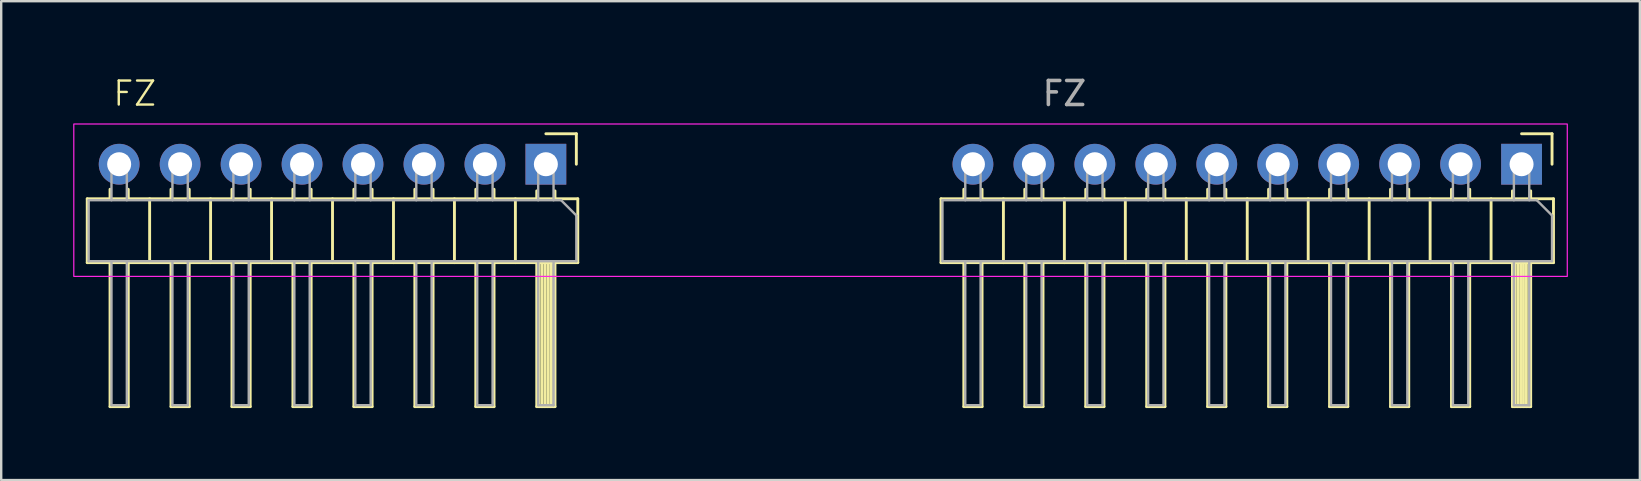
<source format=kicad_pcb>
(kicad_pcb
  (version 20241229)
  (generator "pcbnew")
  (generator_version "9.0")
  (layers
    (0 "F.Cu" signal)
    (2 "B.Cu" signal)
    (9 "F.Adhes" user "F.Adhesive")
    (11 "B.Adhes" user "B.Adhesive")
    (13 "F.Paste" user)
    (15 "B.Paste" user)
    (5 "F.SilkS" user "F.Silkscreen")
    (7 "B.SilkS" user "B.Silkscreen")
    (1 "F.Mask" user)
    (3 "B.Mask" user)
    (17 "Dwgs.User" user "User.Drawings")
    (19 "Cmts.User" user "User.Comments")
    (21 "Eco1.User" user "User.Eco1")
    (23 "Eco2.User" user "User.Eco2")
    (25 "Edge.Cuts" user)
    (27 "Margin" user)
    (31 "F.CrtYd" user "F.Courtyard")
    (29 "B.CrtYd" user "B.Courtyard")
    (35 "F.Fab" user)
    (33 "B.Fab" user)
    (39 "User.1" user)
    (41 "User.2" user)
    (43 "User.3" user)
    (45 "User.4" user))
  (footprint "FZ"
    (layer "F.Cu")
    (at 28.6 6.563)
    (property "Reference" "FZ" (at -26.035 -5.715 0) (unlocked yes) (layer "F.SilkS") (effects (font (size 1 1) (thickness 0.1))))
    (attr through_hole)
    (fp_line (start -28.015 -1.33) (end -28.015 1.33) (stroke (width 0.12) (type solid)) (layer "F.SilkS"))
    (fp_line (start -28.015 1.33) (end -7.575 1.33) (stroke (width 0.12) (type solid)) (layer "F.SilkS"))
    (fp_line (start -27.065 -1.727) (end -27.065 -1.33) (stroke (width 0.12) (type solid)) (layer "F.SilkS"))
    (fp_line (start -27.065 7.33) (end -27.065 1.33) (stroke (width 0.12) (type solid)) (layer "F.SilkS"))
    (fp_line (start -26.305 -1.727) (end -26.305 -1.33) (stroke (width 0.12) (type solid)) (layer "F.SilkS"))
    (fp_line (start -26.305 1.33) (end -26.305 7.33) (stroke (width 0.12) (type solid)) (layer "F.SilkS"))
    (fp_line (start -26.305 7.33) (end -27.065 7.33) (stroke (width 0.12) (type solid)) (layer "F.SilkS"))
    (fp_line (start -25.415 -1.33) (end -25.415 1.33) (stroke (width 0.12) (type solid)) (layer "F.SilkS"))
    (fp_line (start -24.525 -1.727) (end -24.525 -1.33) (stroke (width 0.12) (type solid)) (layer "F.SilkS"))
    (fp_line (start -24.525 7.33) (end -24.525 1.33) (stroke (width 0.12) (type solid)) (layer "F.SilkS"))
    (fp_line (start -23.765 -1.727) (end -23.765 -1.33) (stroke (width 0.12) (type solid)) (layer "F.SilkS"))
    (fp_line (start -23.765 1.33) (end -23.765 7.33) (stroke (width 0.12) (type solid)) (layer "F.SilkS"))
    (fp_line (start -23.765 7.33) (end -24.525 7.33) (stroke (width 0.12) (type solid)) (layer "F.SilkS"))
    (fp_line (start -22.875 -1.33) (end -22.875 1.33) (stroke (width 0.12) (type solid)) (layer "F.SilkS"))
    (fp_line (start -21.985 -1.727) (end -21.985 -1.33) (stroke (width 0.12) (type solid)) (layer "F.SilkS"))
    (fp_line (start -21.985 7.33) (end -21.985 1.33) (stroke (width 0.12) (type solid)) (layer "F.SilkS"))
    (fp_line (start -21.225 -1.727) (end -21.225 -1.33) (stroke (width 0.12) (type solid)) (layer "F.SilkS"))
    (fp_line (start -21.225 1.33) (end -21.225 7.33) (stroke (width 0.12) (type solid)) (layer "F.SilkS"))
    (fp_line (start -21.225 7.33) (end -21.985 7.33) (stroke (width 0.12) (type solid)) (layer "F.SilkS"))
    (fp_line (start -20.335 -1.33) (end -20.335 1.33) (stroke (width 0.12) (type solid)) (layer "F.SilkS"))
    (fp_line (start -19.445 -1.727) (end -19.445 -1.33) (stroke (width 0.12) (type solid)) (layer "F.SilkS"))
    (fp_line (start -19.445 7.33) (end -19.445 1.33) (stroke (width 0.12) (type solid)) (layer "F.SilkS"))
    (fp_line (start -18.685 -1.727) (end -18.685 -1.33) (stroke (width 0.12) (type solid)) (layer "F.SilkS"))
    (fp_line (start -18.685 1.33) (end -18.685 7.33) (stroke (width 0.12) (type solid)) (layer "F.SilkS"))
    (fp_line (start -18.685 7.33) (end -19.445 7.33) (stroke (width 0.12) (type solid)) (layer "F.SilkS"))
    (fp_line (start -17.795 -1.33) (end -17.795 1.33) (stroke (width 0.12) (type solid)) (layer "F.SilkS"))
    (fp_line (start -16.905 -1.727) (end -16.905 -1.33) (stroke (width 0.12) (type solid)) (layer "F.SilkS"))
    (fp_line (start -16.905 7.33) (end -16.905 1.33) (stroke (width 0.12) (type solid)) (layer "F.SilkS"))
    (fp_line (start -16.145 -1.727) (end -16.145 -1.33) (stroke (width 0.12) (type solid)) (layer "F.SilkS"))
    (fp_line (start -16.145 1.33) (end -16.145 7.33) (stroke (width 0.12) (type solid)) (layer "F.SilkS"))
    (fp_line (start -16.145 7.33) (end -16.905 7.33) (stroke (width 0.12) (type solid)) (layer "F.SilkS"))
    (fp_line (start -15.255 -1.33) (end -15.255 1.33) (stroke (width 0.12) (type solid)) (layer "F.SilkS"))
    (fp_line (start -14.365 -1.727) (end -14.365 -1.33) (stroke (width 0.12) (type solid)) (layer "F.SilkS"))
    (fp_line (start -14.365 7.33) (end -14.365 1.33) (stroke (width 0.12) (type solid)) (layer "F.SilkS"))
    (fp_line (start -13.605 -1.727) (end -13.605 -1.33) (stroke (width 0.12) (type solid)) (layer "F.SilkS"))
    (fp_line (start -13.605 1.33) (end -13.605 7.33) (stroke (width 0.12) (type solid)) (layer "F.SilkS"))
    (fp_line (start -13.605 7.33) (end -14.365 7.33) (stroke (width 0.12) (type solid)) (layer "F.SilkS"))
    (fp_line (start -12.715 -1.33) (end -12.715 1.33) (stroke (width 0.12) (type solid)) (layer "F.SilkS"))
    (fp_line (start -11.825 -1.727) (end -11.825 -1.33) (stroke (width 0.12) (type solid)) (layer "F.SilkS"))
    (fp_line (start -11.825 7.33) (end -11.825 1.33) (stroke (width 0.12) (type solid)) (layer "F.SilkS"))
    (fp_line (start -11.065 -1.727) (end -11.065 -1.33) (stroke (width 0.12) (type solid)) (layer "F.SilkS"))
    (fp_line (start -11.065 1.33) (end -11.065 7.33) (stroke (width 0.12) (type solid)) (layer "F.SilkS"))
    (fp_line (start -11.065 7.33) (end -11.825 7.33) (stroke (width 0.12) (type solid)) (layer "F.SilkS"))
    (fp_line (start -10.175 -1.33) (end -10.175 1.33) (stroke (width 0.12) (type solid)) (layer "F.SilkS"))
    (fp_line (start -9.285 -1.66) (end -9.285 -1.33) (stroke (width 0.12) (type solid)) (layer "F.SilkS"))
    (fp_line (start -9.285 7.33) (end -9.285 1.33) (stroke (width 0.12) (type solid)) (layer "F.SilkS"))
    (fp_line (start -9.185 1.33) (end -9.185 7.33) (stroke (width 0.12) (type solid)) (layer "F.SilkS"))
    (fp_line (start -9.065 1.33) (end -9.065 7.33) (stroke (width 0.12) (type solid)) (layer "F.SilkS"))
    (fp_line (start -8.945 1.33) (end -8.945 7.33) (stroke (width 0.12) (type solid)) (layer "F.SilkS"))
    (fp_line (start -8.905 -4.04) (end -7.635 -4.04) (stroke (width 0.12) (type solid)) (layer "F.SilkS"))
    (fp_line (start -8.825 1.33) (end -8.825 7.33) (stroke (width 0.12) (type solid)) (layer "F.SilkS"))
    (fp_line (start -8.705 1.33) (end -8.705 7.33) (stroke (width 0.12) (type solid)) (layer "F.SilkS"))
    (fp_line (start -8.585 1.33) (end -8.585 7.33) (stroke (width 0.12) (type solid)) (layer "F.SilkS"))
    (fp_line (start -8.525 -1.66) (end -8.525 -1.33) (stroke (width 0.12) (type solid)) (layer "F.SilkS"))
    (fp_line (start -8.525 1.33) (end -8.525 7.33) (stroke (width 0.12) (type solid)) (layer "F.SilkS"))
    (fp_line (start -8.525 7.33) (end -9.285 7.33) (stroke (width 0.12) (type solid)) (layer "F.SilkS"))
    (fp_line (start -7.635 -4.04) (end -7.635 -2.77) (stroke (width 0.12) (type solid)) (layer "F.SilkS"))
    (fp_line (start -7.575 -1.33) (end -28.015 -1.33) (stroke (width 0.12) (type solid)) (layer "F.SilkS"))
    (fp_line (start -7.575 1.33) (end -7.575 -1.33) (stroke (width 0.12) (type solid)) (layer "F.SilkS"))
    (fp_line (start 7.56 -1.33) (end 7.56 1.33) (stroke (width 0.12) (type solid)) (layer "F.SilkS"))
    (fp_line (start 7.56 1.33) (end 33.08 1.33) (stroke (width 0.12) (type solid)) (layer "F.SilkS"))
    (fp_line (start 8.51 -1.727) (end 8.51 -1.33) (stroke (width 0.12) (type solid)) (layer "F.SilkS"))
    (fp_line (start 8.51 7.33) (end 8.51 1.33) (stroke (width 0.12) (type solid)) (layer "F.SilkS"))
    (fp_line (start 9.27 -1.727) (end 9.27 -1.33) (stroke (width 0.12) (type solid)) (layer "F.SilkS"))
    (fp_line (start 9.27 1.33) (end 9.27 7.33) (stroke (width 0.12) (type solid)) (layer "F.SilkS"))
    (fp_line (start 9.27 7.33) (end 8.51 7.33) (stroke (width 0.12) (type solid)) (layer "F.SilkS"))
    (fp_line (start 10.16 -1.33) (end 10.16 1.33) (stroke (width 0.12) (type solid)) (layer "F.SilkS"))
    (fp_line (start 11.05 -1.727) (end 11.05 -1.33) (stroke (width 0.12) (type solid)) (layer "F.SilkS"))
    (fp_line (start 11.05 7.33) (end 11.05 1.33) (stroke (width 0.12) (type solid)) (layer "F.SilkS"))
    (fp_line (start 11.81 -1.727) (end 11.81 -1.33) (stroke (width 0.12) (type solid)) (layer "F.SilkS"))
    (fp_line (start 11.81 1.33) (end 11.81 7.33) (stroke (width 0.12) (type solid)) (layer "F.SilkS"))
    (fp_line (start 11.81 7.33) (end 11.05 7.33) (stroke (width 0.12) (type solid)) (layer "F.SilkS"))
    (fp_line (start 12.7 -1.33) (end 12.7 1.33) (stroke (width 0.12) (type solid)) (layer "F.SilkS"))
    (fp_line (start 13.59 -1.727) (end 13.59 -1.33) (stroke (width 0.12) (type solid)) (layer "F.SilkS"))
    (fp_line (start 13.59 7.33) (end 13.59 1.33) (stroke (width 0.12) (type solid)) (layer "F.SilkS"))
    (fp_line (start 14.35 -1.727) (end 14.35 -1.33) (stroke (width 0.12) (type solid)) (layer "F.SilkS"))
    (fp_line (start 14.35 1.33) (end 14.35 7.33) (stroke (width 0.12) (type solid)) (layer "F.SilkS"))
    (fp_line (start 14.35 7.33) (end 13.59 7.33) (stroke (width 0.12) (type solid)) (layer "F.SilkS"))
    (fp_line (start 15.24 -1.33) (end 15.24 1.33) (stroke (width 0.12) (type solid)) (layer "F.SilkS"))
    (fp_line (start 16.13 -1.727) (end 16.13 -1.33) (stroke (width 0.12) (type solid)) (layer "F.SilkS"))
    (fp_line (start 16.13 7.33) (end 16.13 1.33) (stroke (width 0.12) (type solid)) (layer "F.SilkS"))
    (fp_line (start 16.89 -1.727) (end 16.89 -1.33) (stroke (width 0.12) (type solid)) (layer "F.SilkS"))
    (fp_line (start 16.89 1.33) (end 16.89 7.33) (stroke (width 0.12) (type solid)) (layer "F.SilkS"))
    (fp_line (start 16.89 7.33) (end 16.13 7.33) (stroke (width 0.12) (type solid)) (layer "F.SilkS"))
    (fp_line (start 17.78 -1.33) (end 17.78 1.33) (stroke (width 0.12) (type solid)) (layer "F.SilkS"))
    (fp_line (start 18.67 -1.727) (end 18.67 -1.33) (stroke (width 0.12) (type solid)) (layer "F.SilkS"))
    (fp_line (start 18.67 7.33) (end 18.67 1.33) (stroke (width 0.12) (type solid)) (layer "F.SilkS"))
    (fp_line (start 19.43 -1.727) (end 19.43 -1.33) (stroke (width 0.12) (type solid)) (layer "F.SilkS"))
    (fp_line (start 19.43 1.33) (end 19.43 7.33) (stroke (width 0.12) (type solid)) (layer "F.SilkS"))
    (fp_line (start 19.43 7.33) (end 18.67 7.33) (stroke (width 0.12) (type solid)) (layer "F.SilkS"))
    (fp_line (start 20.32 -1.33) (end 20.32 1.33) (stroke (width 0.12) (type solid)) (layer "F.SilkS"))
    (fp_line (start 21.21 -1.727) (end 21.21 -1.33) (stroke (width 0.12) (type solid)) (layer "F.SilkS"))
    (fp_line (start 21.21 7.33) (end 21.21 1.33) (stroke (width 0.12) (type solid)) (layer "F.SilkS"))
    (fp_line (start 21.97 -1.727) (end 21.97 -1.33) (stroke (width 0.12) (type solid)) (layer "F.SilkS"))
    (fp_line (start 21.97 1.33) (end 21.97 7.33) (stroke (width 0.12) (type solid)) (layer "F.SilkS"))
    (fp_line (start 21.97 7.33) (end 21.21 7.33) (stroke (width 0.12) (type solid)) (layer "F.SilkS"))
    (fp_line (start 22.86 -1.33) (end 22.86 1.33) (stroke (width 0.12) (type solid)) (layer "F.SilkS"))
    (fp_line (start 23.75 -1.727) (end 23.75 -1.33) (stroke (width 0.12) (type solid)) (layer "F.SilkS"))
    (fp_line (start 23.75 7.33) (end 23.75 1.33) (stroke (width 0.12) (type solid)) (layer "F.SilkS"))
    (fp_line (start 24.51 -1.727) (end 24.51 -1.33) (stroke (width 0.12) (type solid)) (layer "F.SilkS"))
    (fp_line (start 24.51 1.33) (end 24.51 7.33) (stroke (width 0.12) (type solid)) (layer "F.SilkS"))
    (fp_line (start 24.51 7.33) (end 23.75 7.33) (stroke (width 0.12) (type solid)) (layer "F.SilkS"))
    (fp_line (start 25.4 -1.33) (end 25.4 1.33) (stroke (width 0.12) (type solid)) (layer "F.SilkS"))
    (fp_line (start 26.29 -1.727) (end 26.29 -1.33) (stroke (width 0.12) (type solid)) (layer "F.SilkS"))
    (fp_line (start 26.29 7.33) (end 26.29 1.33) (stroke (width 0.12) (type solid)) (layer "F.SilkS"))
    (fp_line (start 27.05 -1.727) (end 27.05 -1.33) (stroke (width 0.12) (type solid)) (layer "F.SilkS"))
    (fp_line (start 27.05 1.33) (end 27.05 7.33) (stroke (width 0.12) (type solid)) (layer "F.SilkS"))
    (fp_line (start 27.05 7.33) (end 26.29 7.33) (stroke (width 0.12) (type solid)) (layer "F.SilkS"))
    (fp_line (start 27.94 -1.33) (end 27.94 1.33) (stroke (width 0.12) (type solid)) (layer "F.SilkS"))
    (fp_line (start 28.83 -1.727) (end 28.83 -1.33) (stroke (width 0.12) (type solid)) (layer "F.SilkS"))
    (fp_line (start 28.83 7.33) (end 28.83 1.33) (stroke (width 0.12) (type solid)) (layer "F.SilkS"))
    (fp_line (start 29.59 -1.727) (end 29.59 -1.33) (stroke (width 0.12) (type solid)) (layer "F.SilkS"))
    (fp_line (start 29.59 1.33) (end 29.59 7.33) (stroke (width 0.12) (type solid)) (layer "F.SilkS"))
    (fp_line (start 29.59 7.33) (end 28.83 7.33) (stroke (width 0.12) (type solid)) (layer "F.SilkS"))
    (fp_line (start 30.48 -1.33) (end 30.48 1.33) (stroke (width 0.12) (type solid)) (layer "F.SilkS"))
    (fp_line (start 31.37 -1.66) (end 31.37 -1.33) (stroke (width 0.12) (type solid)) (layer "F.SilkS"))
    (fp_line (start 31.37 7.33) (end 31.37 1.33) (stroke (width 0.12) (type solid)) (layer "F.SilkS"))
    (fp_line (start 31.47 1.33) (end 31.47 7.33) (stroke (width 0.12) (type solid)) (layer "F.SilkS"))
    (fp_line (start 31.59 1.33) (end 31.59 7.33) (stroke (width 0.12) (type solid)) (layer "F.SilkS"))
    (fp_line (start 31.71 1.33) (end 31.71 7.33) (stroke (width 0.12) (type solid)) (layer "F.SilkS"))
    (fp_line (start 31.75 -4.04) (end 33.02 -4.04) (stroke (width 0.12) (type solid)) (layer "F.SilkS"))
    (fp_line (start 31.83 1.33) (end 31.83 7.33) (stroke (width 0.12) (type solid)) (layer "F.SilkS"))
    (fp_line (start 31.95 1.33) (end 31.95 7.33) (stroke (width 0.12) (type solid)) (layer "F.SilkS"))
    (fp_line (start 32.07 1.33) (end 32.07 7.33) (stroke (width 0.12) (type solid)) (layer "F.SilkS"))
    (fp_line (start 32.13 -1.66) (end 32.13 -1.33) (stroke (width 0.12) (type solid)) (layer "F.SilkS"))
    (fp_line (start 32.13 1.33) (end 32.13 7.33) (stroke (width 0.12) (type solid)) (layer "F.SilkS"))
    (fp_line (start 32.13 7.33) (end 31.37 7.33) (stroke (width 0.12) (type solid)) (layer "F.SilkS"))
    (fp_line (start 33.02 -4.04) (end 33.02 -2.77) (stroke (width 0.12) (type solid)) (layer "F.SilkS"))
    (fp_line (start 33.08 -1.33) (end 7.56 -1.33) (stroke (width 0.12) (type solid)) (layer "F.SilkS"))
    (fp_line (start 33.08 1.33) (end 33.08 -1.33) (stroke (width 0.12) (type solid)) (layer "F.SilkS"))
    (fp_rect (start -28.575 -4.445) (end 33.655 1.905) (stroke (width 0.05) (type default)) (fill no) (layer "F.CrtYd"))
    (fp_line (start -27.955 -1.27) (end -8.27 -1.27) (stroke (width 0.1) (type solid)) (layer "F.Fab"))
    (fp_line (start -27.955 1.27) (end -27.955 -1.27) (stroke (width 0.1) (type solid)) (layer "F.Fab"))
    (fp_line (start -27.005 -3.09) (end -27.005 -1.27) (stroke (width 0.1) (type solid)) (layer "F.Fab"))
    (fp_line (start -27.005 1.27) (end -27.005 7.27) (stroke (width 0.1) (type solid)) (layer "F.Fab"))
    (fp_line (start -26.365 -3.09) (end -27.005 -3.09) (stroke (width 0.1) (type solid)) (layer "F.Fab"))
    (fp_line (start -26.365 -3.09) (end -26.365 -1.27) (stroke (width 0.1) (type solid)) (layer "F.Fab"))
    (fp_line (start -26.365 1.27) (end -26.365 7.27) (stroke (width 0.1) (type solid)) (layer "F.Fab"))
    (fp_line (start -26.365 7.27) (end -27.005 7.27) (stroke (width 0.1) (type solid)) (layer "F.Fab"))
    (fp_line (start -24.465 -3.09) (end -24.465 -1.27) (stroke (width 0.1) (type solid)) (layer "F.Fab"))
    (fp_line (start -24.465 1.27) (end -24.465 7.27) (stroke (width 0.1) (type solid)) (layer "F.Fab"))
    (fp_line (start -23.825 -3.09) (end -24.465 -3.09) (stroke (width 0.1) (type solid)) (layer "F.Fab"))
    (fp_line (start -23.825 -3.09) (end -23.825 -1.27) (stroke (width 0.1) (type solid)) (layer "F.Fab"))
    (fp_line (start -23.825 1.27) (end -23.825 7.27) (stroke (width 0.1) (type solid)) (layer "F.Fab"))
    (fp_line (start -23.825 7.27) (end -24.465 7.27) (stroke (width 0.1) (type solid)) (layer "F.Fab"))
    (fp_line (start -21.925 -3.09) (end -21.925 -1.27) (stroke (width 0.1) (type solid)) (layer "F.Fab"))
    (fp_line (start -21.925 1.27) (end -21.925 7.27) (stroke (width 0.1) (type solid)) (layer "F.Fab"))
    (fp_line (start -21.285 -3.09) (end -21.925 -3.09) (stroke (width 0.1) (type solid)) (layer "F.Fab"))
    (fp_line (start -21.285 -3.09) (end -21.285 -1.27) (stroke (width 0.1) (type solid)) (layer "F.Fab"))
    (fp_line (start -21.285 1.27) (end -21.285 7.27) (stroke (width 0.1) (type solid)) (layer "F.Fab"))
    (fp_line (start -21.285 7.27) (end -21.925 7.27) (stroke (width 0.1) (type solid)) (layer "F.Fab"))
    (fp_line (start -19.385 -3.09) (end -19.385 -1.27) (stroke (width 0.1) (type solid)) (layer "F.Fab"))
    (fp_line (start -19.385 1.27) (end -19.385 7.27) (stroke (width 0.1) (type solid)) (layer "F.Fab"))
    (fp_line (start -18.745 -3.09) (end -19.385 -3.09) (stroke (width 0.1) (type solid)) (layer "F.Fab"))
    (fp_line (start -18.745 -3.09) (end -18.745 -1.27) (stroke (width 0.1) (type solid)) (layer "F.Fab"))
    (fp_line (start -18.745 1.27) (end -18.745 7.27) (stroke (width 0.1) (type solid)) (layer "F.Fab"))
    (fp_line (start -18.745 7.27) (end -19.385 7.27) (stroke (width 0.1) (type solid)) (layer "F.Fab"))
    (fp_line (start -16.845 -3.09) (end -16.845 -1.27) (stroke (width 0.1) (type solid)) (layer "F.Fab"))
    (fp_line (start -16.845 1.27) (end -16.845 7.27) (stroke (width 0.1) (type solid)) (layer "F.Fab"))
    (fp_line (start -16.205 -3.09) (end -16.845 -3.09) (stroke (width 0.1) (type solid)) (layer "F.Fab"))
    (fp_line (start -16.205 -3.09) (end -16.205 -1.27) (stroke (width 0.1) (type solid)) (layer "F.Fab"))
    (fp_line (start -16.205 1.27) (end -16.205 7.27) (stroke (width 0.1) (type solid)) (layer "F.Fab"))
    (fp_line (start -16.205 7.27) (end -16.845 7.27) (stroke (width 0.1) (type solid)) (layer "F.Fab"))
    (fp_line (start -14.305 -3.09) (end -14.305 -1.27) (stroke (width 0.1) (type solid)) (layer "F.Fab"))
    (fp_line (start -14.305 1.27) (end -14.305 7.27) (stroke (width 0.1) (type solid)) (layer "F.Fab"))
    (fp_line (start -13.665 -3.09) (end -14.305 -3.09) (stroke (width 0.1) (type solid)) (layer "F.Fab"))
    (fp_line (start -13.665 -3.09) (end -13.665 -1.27) (stroke (width 0.1) (type solid)) (layer "F.Fab"))
    (fp_line (start -13.665 1.27) (end -13.665 7.27) (stroke (width 0.1) (type solid)) (layer "F.Fab"))
    (fp_line (start -13.665 7.27) (end -14.305 7.27) (stroke (width 0.1) (type solid)) (layer "F.Fab"))
    (fp_line (start -11.765 -3.09) (end -11.765 -1.27) (stroke (width 0.1) (type solid)) (layer "F.Fab"))
    (fp_line (start -11.765 1.27) (end -11.765 7.27) (stroke (width 0.1) (type solid)) (layer "F.Fab"))
    (fp_line (start -11.125 -3.09) (end -11.765 -3.09) (stroke (width 0.1) (type solid)) (layer "F.Fab"))
    (fp_line (start -11.125 -3.09) (end -11.125 -1.27) (stroke (width 0.1) (type solid)) (layer "F.Fab"))
    (fp_line (start -11.125 1.27) (end -11.125 7.27) (stroke (width 0.1) (type solid)) (layer "F.Fab"))
    (fp_line (start -11.125 7.27) (end -11.765 7.27) (stroke (width 0.1) (type solid)) (layer "F.Fab"))
    (fp_line (start -9.225 -3.09) (end -9.225 -1.27) (stroke (width 0.1) (type solid)) (layer "F.Fab"))
    (fp_line (start -9.225 1.27) (end -9.225 7.27) (stroke (width 0.1) (type solid)) (layer "F.Fab"))
    (fp_line (start -8.585 -3.09) (end -9.225 -3.09) (stroke (width 0.1) (type solid)) (layer "F.Fab"))
    (fp_line (start -8.585 -3.09) (end -8.585 -1.27) (stroke (width 0.1) (type solid)) (layer "F.Fab"))
    (fp_line (start -8.585 1.27) (end -8.585 7.27) (stroke (width 0.1) (type solid)) (layer "F.Fab"))
    (fp_line (start -8.585 7.27) (end -9.225 7.27) (stroke (width 0.1) (type solid)) (layer "F.Fab"))
    (fp_line (start -8.27 -1.27) (end -7.635 -0.635) (stroke (width 0.1) (type solid)) (layer "F.Fab"))
    (fp_line (start -7.635 -0.635) (end -7.635 1.27) (stroke (width 0.1) (type solid)) (layer "F.Fab"))
    (fp_line (start -7.635 1.27) (end -27.955 1.27) (stroke (width 0.1) (type solid)) (layer "F.Fab"))
    (fp_line (start 7.62 -1.27) (end 32.385 -1.27) (stroke (width 0.1) (type solid)) (layer "F.Fab"))
    (fp_line (start 7.62 1.27) (end 7.62 -1.27) (stroke (width 0.1) (type solid)) (layer "F.Fab"))
    (fp_line (start 8.57 -3.09) (end 8.57 -1.27) (stroke (width 0.1) (type solid)) (layer "F.Fab"))
    (fp_line (start 8.57 1.27) (end 8.57 7.27) (stroke (width 0.1) (type solid)) (layer "F.Fab"))
    (fp_line (start 9.21 -3.09) (end 8.57 -3.09) (stroke (width 0.1) (type solid)) (layer "F.Fab"))
    (fp_line (start 9.21 -3.09) (end 9.21 -1.27) (stroke (width 0.1) (type solid)) (layer "F.Fab"))
    (fp_line (start 9.21 1.27) (end 9.21 7.27) (stroke (width 0.1) (type solid)) (layer "F.Fab"))
    (fp_line (start 9.21 7.27) (end 8.57 7.27) (stroke (width 0.1) (type solid)) (layer "F.Fab"))
    (fp_line (start 11.11 -3.09) (end 11.11 -1.27) (stroke (width 0.1) (type solid)) (layer "F.Fab"))
    (fp_line (start 11.11 1.27) (end 11.11 7.27) (stroke (width 0.1) (type solid)) (layer "F.Fab"))
    (fp_line (start 11.75 -3.09) (end 11.11 -3.09) (stroke (width 0.1) (type solid)) (layer "F.Fab"))
    (fp_line (start 11.75 -3.09) (end 11.75 -1.27) (stroke (width 0.1) (type solid)) (layer "F.Fab"))
    (fp_line (start 11.75 1.27) (end 11.75 7.27) (stroke (width 0.1) (type solid)) (layer "F.Fab"))
    (fp_line (start 11.75 7.27) (end 11.11 7.27) (stroke (width 0.1) (type solid)) (layer "F.Fab"))
    (fp_line (start 13.65 -3.09) (end 13.65 -1.27) (stroke (width 0.1) (type solid)) (layer "F.Fab"))
    (fp_line (start 13.65 1.27) (end 13.65 7.27) (stroke (width 0.1) (type solid)) (layer "F.Fab"))
    (fp_line (start 14.29 -3.09) (end 13.65 -3.09) (stroke (width 0.1) (type solid)) (layer "F.Fab"))
    (fp_line (start 14.29 -3.09) (end 14.29 -1.27) (stroke (width 0.1) (type solid)) (layer "F.Fab"))
    (fp_line (start 14.29 1.27) (end 14.29 7.27) (stroke (width 0.1) (type solid)) (layer "F.Fab"))
    (fp_line (start 14.29 7.27) (end 13.65 7.27) (stroke (width 0.1) (type solid)) (layer "F.Fab"))
    (fp_line (start 16.19 -3.09) (end 16.19 -1.27) (stroke (width 0.1) (type solid)) (layer "F.Fab"))
    (fp_line (start 16.19 1.27) (end 16.19 7.27) (stroke (width 0.1) (type solid)) (layer "F.Fab"))
    (fp_line (start 16.83 -3.09) (end 16.19 -3.09) (stroke (width 0.1) (type solid)) (layer "F.Fab"))
    (fp_line (start 16.83 -3.09) (end 16.83 -1.27) (stroke (width 0.1) (type solid)) (layer "F.Fab"))
    (fp_line (start 16.83 1.27) (end 16.83 7.27) (stroke (width 0.1) (type solid)) (layer "F.Fab"))
    (fp_line (start 16.83 7.27) (end 16.19 7.27) (stroke (width 0.1) (type solid)) (layer "F.Fab"))
    (fp_line (start 18.73 -3.09) (end 18.73 -1.27) (stroke (width 0.1) (type solid)) (layer "F.Fab"))
    (fp_line (start 18.73 1.27) (end 18.73 7.27) (stroke (width 0.1) (type solid)) (layer "F.Fab"))
    (fp_line (start 19.37 -3.09) (end 18.73 -3.09) (stroke (width 0.1) (type solid)) (layer "F.Fab"))
    (fp_line (start 19.37 -3.09) (end 19.37 -1.27) (stroke (width 0.1) (type solid)) (layer "F.Fab"))
    (fp_line (start 19.37 1.27) (end 19.37 7.27) (stroke (width 0.1) (type solid)) (layer "F.Fab"))
    (fp_line (start 19.37 7.27) (end 18.73 7.27) (stroke (width 0.1) (type solid)) (layer "F.Fab"))
    (fp_line (start 21.27 -3.09) (end 21.27 -1.27) (stroke (width 0.1) (type solid)) (layer "F.Fab"))
    (fp_line (start 21.27 1.27) (end 21.27 7.27) (stroke (width 0.1) (type solid)) (layer "F.Fab"))
    (fp_line (start 21.91 -3.09) (end 21.27 -3.09) (stroke (width 0.1) (type solid)) (layer "F.Fab"))
    (fp_line (start 21.91 -3.09) (end 21.91 -1.27) (stroke (width 0.1) (type solid)) (layer "F.Fab"))
    (fp_line (start 21.91 1.27) (end 21.91 7.27) (stroke (width 0.1) (type solid)) (layer "F.Fab"))
    (fp_line (start 21.91 7.27) (end 21.27 7.27) (stroke (width 0.1) (type solid)) (layer "F.Fab"))
    (fp_line (start 23.81 -3.09) (end 23.81 -1.27) (stroke (width 0.1) (type solid)) (layer "F.Fab"))
    (fp_line (start 23.81 1.27) (end 23.81 7.27) (stroke (width 0.1) (type solid)) (layer "F.Fab"))
    (fp_line (start 24.45 -3.09) (end 23.81 -3.09) (stroke (width 0.1) (type solid)) (layer "F.Fab"))
    (fp_line (start 24.45 -3.09) (end 24.45 -1.27) (stroke (width 0.1) (type solid)) (layer "F.Fab"))
    (fp_line (start 24.45 1.27) (end 24.45 7.27) (stroke (width 0.1) (type solid)) (layer "F.Fab"))
    (fp_line (start 24.45 7.27) (end 23.81 7.27) (stroke (width 0.1) (type solid)) (layer "F.Fab"))
    (fp_line (start 26.35 -3.09) (end 26.35 -1.27) (stroke (width 0.1) (type solid)) (layer "F.Fab"))
    (fp_line (start 26.35 1.27) (end 26.35 7.27) (stroke (width 0.1) (type solid)) (layer "F.Fab"))
    (fp_line (start 26.99 -3.09) (end 26.35 -3.09) (stroke (width 0.1) (type solid)) (layer "F.Fab"))
    (fp_line (start 26.99 -3.09) (end 26.99 -1.27) (stroke (width 0.1) (type solid)) (layer "F.Fab"))
    (fp_line (start 26.99 1.27) (end 26.99 7.27) (stroke (width 0.1) (type solid)) (layer "F.Fab"))
    (fp_line (start 26.99 7.27) (end 26.35 7.27) (stroke (width 0.1) (type solid)) (layer "F.Fab"))
    (fp_line (start 28.89 -3.09) (end 28.89 -1.27) (stroke (width 0.1) (type solid)) (layer "F.Fab"))
    (fp_line (start 28.89 1.27) (end 28.89 7.27) (stroke (width 0.1) (type solid)) (layer "F.Fab"))
    (fp_line (start 29.53 -3.09) (end 28.89 -3.09) (stroke (width 0.1) (type solid)) (layer "F.Fab"))
    (fp_line (start 29.53 -3.09) (end 29.53 -1.27) (stroke (width 0.1) (type solid)) (layer "F.Fab"))
    (fp_line (start 29.53 1.27) (end 29.53 7.27) (stroke (width 0.1) (type solid)) (layer "F.Fab"))
    (fp_line (start 29.53 7.27) (end 28.89 7.27) (stroke (width 0.1) (type solid)) (layer "F.Fab"))
    (fp_line (start 31.43 -3.09) (end 31.43 -1.27) (stroke (width 0.1) (type solid)) (layer "F.Fab"))
    (fp_line (start 31.43 1.27) (end 31.43 7.27) (stroke (width 0.1) (type solid)) (layer "F.Fab"))
    (fp_line (start 32.07 -3.09) (end 31.43 -3.09) (stroke (width 0.1) (type solid)) (layer "F.Fab"))
    (fp_line (start 32.07 -3.09) (end 32.07 -1.27) (stroke (width 0.1) (type solid)) (layer "F.Fab"))
    (fp_line (start 32.07 1.27) (end 32.07 7.27) (stroke (width 0.1) (type solid)) (layer "F.Fab"))
    (fp_line (start 32.07 7.27) (end 31.43 7.27) (stroke (width 0.1) (type solid)) (layer "F.Fab"))
    (fp_line (start 32.385 -1.27) (end 33.02 -0.635) (stroke (width 0.1) (type solid)) (layer "F.Fab"))
    (fp_line (start 33.02 -0.635) (end 33.02 1.27) (stroke (width 0.1) (type solid)) (layer "F.Fab"))
    (fp_line (start 33.02 1.27) (end 7.62 1.27) (stroke (width 0.1) (type solid)) (layer "F.Fab"))
    (fp_text user "${REFERENCE}" (at 12.7 -5.715 0) (unlocked yes) (layer "F.Fab") (effects (font (size 1 1) (thickness 0.15))))
    (pad "1" thru_hole oval (at -26.685 -2.77 270) (size 1.7 1.7) (drill 1) (layers "*.Cu" "*.Mask"))
    (pad "2" thru_hole oval (at -24.145 -2.77 270) (size 1.7 1.7) (drill 1) (layers "*.Cu" "*.Mask"))
    (pad "3" thru_hole oval (at -21.605 -2.77 270) (size 1.7 1.7) (drill 1) (layers "*.Cu" "*.Mask"))
    (pad "4" thru_hole oval (at -19.065 -2.77 270) (size 1.7 1.7) (drill 1) (layers "*.Cu" "*.Mask"))
    (pad "5" thru_hole oval (at -16.525 -2.77 270) (size 1.7 1.7) (drill 1) (layers "*.Cu" "*.Mask"))
    (pad "6" thru_hole oval (at -13.985 -2.77 270) (size 1.7 1.7) (drill 1) (layers "*.Cu" "*.Mask"))
    (pad "7" thru_hole oval (at -11.445 -2.77 270) (size 1.7 1.7) (drill 1) (layers "*.Cu" "*.Mask"))
    (pad "8" thru_hole rect (at -8.905 -2.77 270) (size 1.7 1.7) (drill 1) (layers "*.Cu" "*.Mask"))
    (pad "9" thru_hole oval (at 8.89 -2.77 270) (size 1.7 1.7) (drill 1) (layers "*.Cu" "*.Mask"))
    (pad "10" thru_hole oval (at 11.43 -2.77 270) (size 1.7 1.7) (drill 1) (layers "*.Cu" "*.Mask"))
    (pad "11" thru_hole oval (at 13.97 -2.77 270) (size 1.7 1.7) (drill 1) (layers "*.Cu" "*.Mask"))
    (pad "12" thru_hole oval (at 16.51 -2.77 270) (size 1.7 1.7) (drill 1) (layers "*.Cu" "*.Mask"))
    (pad "13" thru_hole oval (at 19.05 -2.77 270) (size 1.7 1.7) (drill 1) (layers "*.Cu" "*.Mask"))
    (pad "14" thru_hole oval (at 21.59 -2.77 270) (size 1.7 1.7) (drill 1) (layers "*.Cu" "*.Mask"))
    (pad "15" thru_hole oval (at 24.13 -2.77 270) (size 1.7 1.7) (drill 1) (layers "*.Cu" "*.Mask"))
    (pad "16" thru_hole oval (at 26.67 -2.77 270) (size 1.7 1.7) (drill 1) (layers "*.Cu" "*.Mask"))
    (pad "17" thru_hole oval (at 29.21 -2.77 270) (size 1.7 1.7) (drill 1) (layers "*.Cu" "*.Mask"))
    (pad "18" thru_hole rect (at 31.75 -2.77 270) (size 1.7 1.7) (drill 1) (layers "*.Cu" "*.Mask")))
  (gr_rect
    (start -3 -3)
    (end 65.28 16.953)
    (stroke (width 0.1) (type default))
    (fill no)
    (layer "Edge.Cuts")))
</source>
